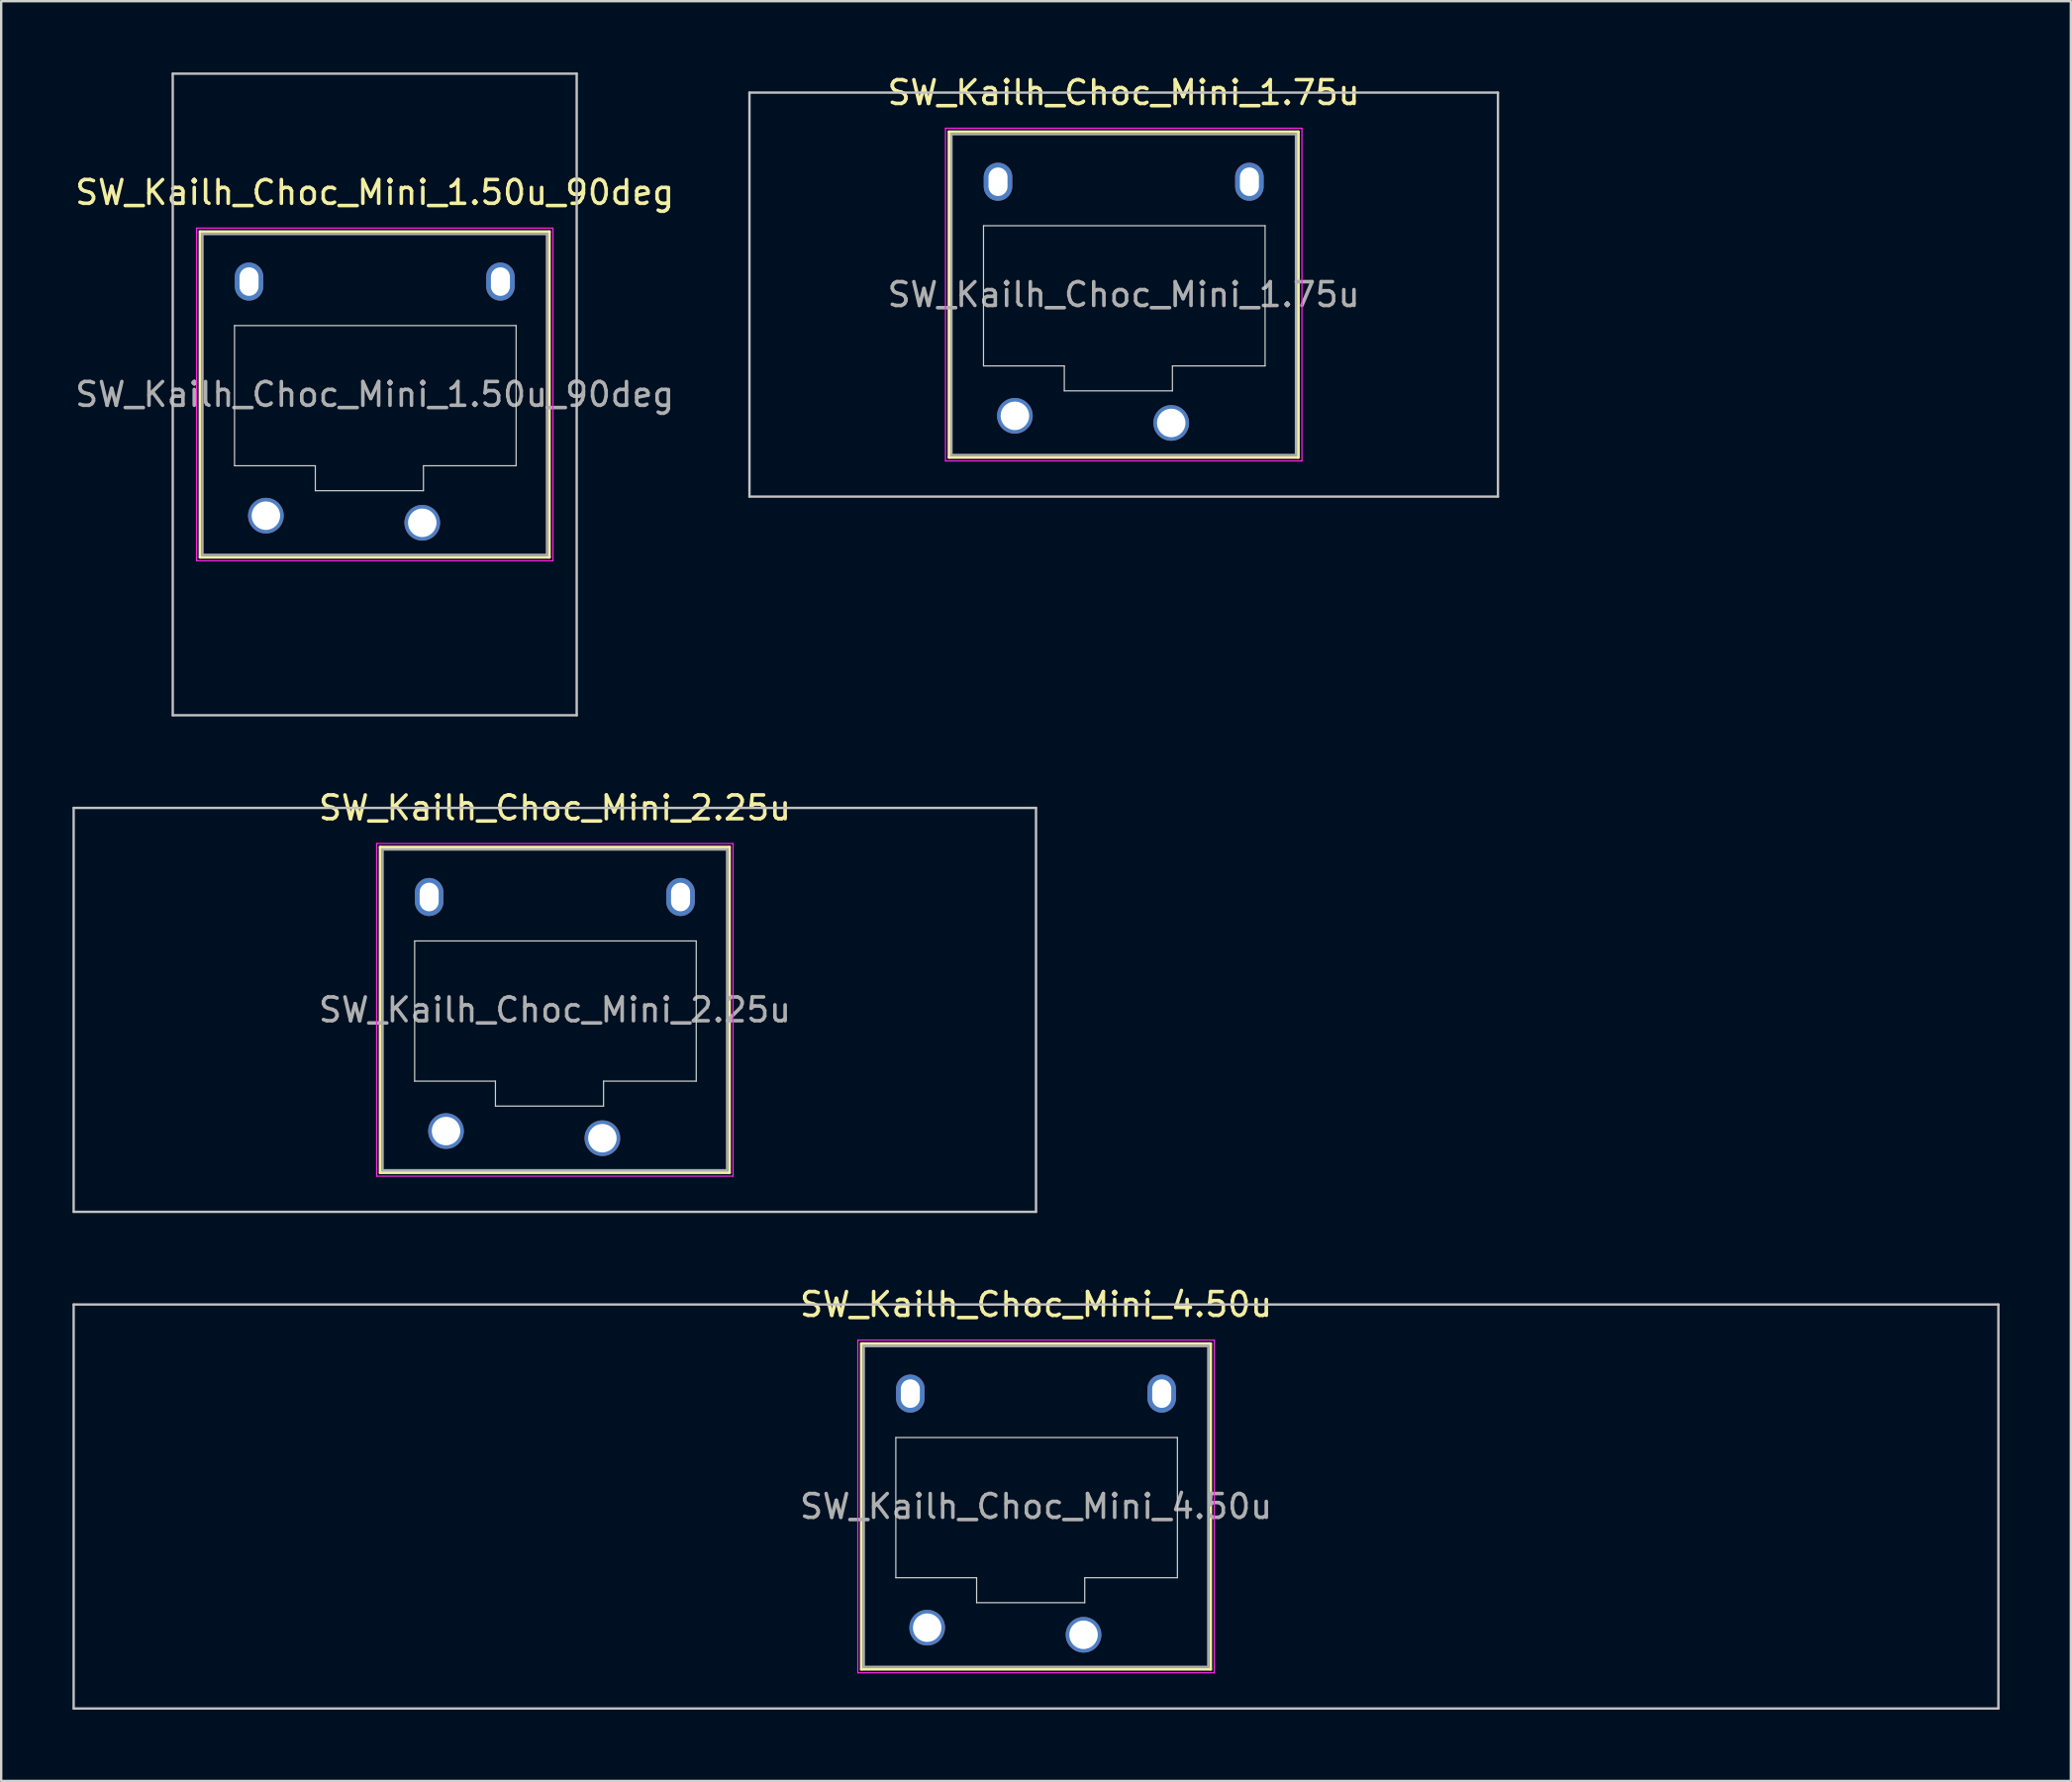
<source format=kicad_pcb>
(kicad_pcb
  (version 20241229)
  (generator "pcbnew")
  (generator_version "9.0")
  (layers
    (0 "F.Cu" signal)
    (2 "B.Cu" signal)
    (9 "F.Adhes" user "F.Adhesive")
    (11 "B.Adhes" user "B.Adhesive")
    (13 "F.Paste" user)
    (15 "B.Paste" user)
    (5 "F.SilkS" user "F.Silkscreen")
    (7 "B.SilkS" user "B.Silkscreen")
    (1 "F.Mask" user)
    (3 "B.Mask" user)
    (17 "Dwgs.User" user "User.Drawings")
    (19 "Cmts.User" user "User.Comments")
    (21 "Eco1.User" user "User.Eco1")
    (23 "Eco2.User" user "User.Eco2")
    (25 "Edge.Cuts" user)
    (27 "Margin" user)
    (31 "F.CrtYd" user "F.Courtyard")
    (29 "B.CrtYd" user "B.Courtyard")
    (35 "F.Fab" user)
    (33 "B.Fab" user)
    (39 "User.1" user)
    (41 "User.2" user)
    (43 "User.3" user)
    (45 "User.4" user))
  (footprint "SW_Kailh_Choc_Mini_1.75u"
    (layer "F.Cu")
    (at 44.24 9.348)
    (property "Reference" "SW_Kailh_Choc_Mini_1.75u" (at 0 -8.5 0) (layer "F.SilkS") (effects (font (size 1 1) (thickness 0.15))))
    (attr through_hole)
    (fp_line (start -7.35 -6.85) (end -7.35 6.85) (stroke (width 0.12) (type solid)) (layer "F.SilkS"))
    (fp_line (start -7.35 6.85) (end 7.35 6.85) (stroke (width 0.12) (type solid)) (layer "F.SilkS"))
    (fp_line (start 7.35 -6.85) (end -7.35 -6.85) (stroke (width 0.12) (type solid)) (layer "F.SilkS"))
    (fp_line (start 7.35 6.85) (end 7.35 -6.85) (stroke (width 0.12) (type solid)) (layer "F.SilkS"))
    (fp_line (start -15.75 -8.5) (end -15.75 8.5) (stroke (width 0.1) (type solid)) (layer "Dwgs.User"))
    (fp_line (start -15.75 8.5) (end 15.75 8.5) (stroke (width 0.1) (type solid)) (layer "Dwgs.User"))
    (fp_line (start 15.75 -8.5) (end -15.75 -8.5) (stroke (width 0.1) (type solid)) (layer "Dwgs.User"))
    (fp_line (start 15.75 8.5) (end 15.75 -8.5) (stroke (width 0.1) (type solid)) (layer "Dwgs.User"))
    (fp_line (start -6.85 -6.35) (end -6.85 6.35) (stroke (width 0.1) (type solid)) (layer "Eco1.User"))
    (fp_line (start -6.85 6.35) (end 6.85 6.35) (stroke (width 0.1) (type solid)) (layer "Eco1.User"))
    (fp_line (start 6.85 -6.35) (end -6.85 -6.35) (stroke (width 0.1) (type solid)) (layer "Eco1.User"))
    (fp_line (start 6.85 6.35) (end 6.85 -6.35) (stroke (width 0.1) (type solid)) (layer "Eco1.User"))
    (fp_line (start -5.9 -2.9) (end -5.9 3) (stroke (width 0.05) (type solid)) (layer "Edge.Cuts"))
    (fp_line (start -5.9 3) (end -2.5 3) (stroke (width 0.05) (type solid)) (layer "Edge.Cuts"))
    (fp_line (start -2.5 3) (end -2.5 4.05) (stroke (width 0.05) (type solid)) (layer "Edge.Cuts"))
    (fp_line (start -2.5 4.05) (end 2.05 4.05) (stroke (width 0.05) (type solid)) (layer "Edge.Cuts"))
    (fp_line (start 2.05 3) (end 5.95 3) (stroke (width 0.05) (type solid)) (layer "Edge.Cuts"))
    (fp_line (start 2.05 4.05) (end 2.05 3) (stroke (width 0.05) (type solid)) (layer "Edge.Cuts"))
    (fp_line (start 5.95 -2.9) (end -5.9 -2.9) (stroke (width 0.05) (type solid)) (layer "Edge.Cuts"))
    (fp_line (start 5.95 3) (end 5.95 -2.9) (stroke (width 0.05) (type solid)) (layer "Edge.Cuts"))
    (fp_line (start -7.5 -7) (end -7.5 7) (stroke (width 0.05) (type solid)) (layer "F.CrtYd"))
    (fp_line (start -7.5 7) (end 7.5 7) (stroke (width 0.05) (type solid)) (layer "F.CrtYd"))
    (fp_line (start 7.5 -7) (end -7.5 -7) (stroke (width 0.05) (type solid)) (layer "F.CrtYd"))
    (fp_line (start 7.5 7) (end 7.5 -7) (stroke (width 0.05) (type solid)) (layer "F.CrtYd"))
    (fp_line (start -7.25 -6.75) (end -7.25 6.75) (stroke (width 0.1) (type solid)) (layer "F.Fab"))
    (fp_line (start -7.25 6.75) (end 7.25 6.75) (stroke (width 0.1) (type solid)) (layer "F.Fab"))
    (fp_line (start 7.25 -6.75) (end -7.25 -6.75) (stroke (width 0.1) (type solid)) (layer "F.Fab"))
    (fp_line (start 7.25 6.75) (end 7.25 -6.75) (stroke (width 0.1) (type solid)) (layer "F.Fab"))
    (fp_text user "${REFERENCE}" (at 0 0 0) (layer "F.Fab") (effects (font (size 1 1) (thickness 0.15))))
    (pad "" np_thru_hole oval (at -5.29 -4.75) (size 1.2 1.6) (drill oval 0.8 1.2) (layers "*.Cu" "*.Mask"))
    (pad "" np_thru_hole oval (at 5.29 -4.75) (size 1.2 1.6) (drill oval 0.8 1.2) (layers "*.Cu" "*.Mask"))
    (pad "1" thru_hole circle (at 2 5.4) (size 1.5 1.5) (drill 1.2) (layers "*.Cu" "*.Mask"))
    (pad "2" thru_hole circle (at -4.58 5.1) (size 1.5 1.5) (drill 1.2) (layers "*.Cu" "*.Mask")))
  (footprint "SW_Kailh_Choc_Mini_2.25u"
    (layer "F.Cu")
    (at 20.3 39.448)
    (property "Reference" "SW_Kailh_Choc_Mini_2.25u" (at 0 -8.5 0) (layer "F.SilkS") (effects (font (size 1 1) (thickness 0.15))))
    (attr through_hole)
    (fp_line (start -7.35 -6.85) (end -7.35 6.85) (stroke (width 0.12) (type solid)) (layer "F.SilkS"))
    (fp_line (start -7.35 6.85) (end 7.35 6.85) (stroke (width 0.12) (type solid)) (layer "F.SilkS"))
    (fp_line (start 7.35 -6.85) (end -7.35 -6.85) (stroke (width 0.12) (type solid)) (layer "F.SilkS"))
    (fp_line (start 7.35 6.85) (end 7.35 -6.85) (stroke (width 0.12) (type solid)) (layer "F.SilkS"))
    (fp_line (start -20.25 -8.5) (end -20.25 8.5) (stroke (width 0.1) (type solid)) (layer "Dwgs.User"))
    (fp_line (start -20.25 8.5) (end 20.25 8.5) (stroke (width 0.1) (type solid)) (layer "Dwgs.User"))
    (fp_line (start 20.25 -8.5) (end -20.25 -8.5) (stroke (width 0.1) (type solid)) (layer "Dwgs.User"))
    (fp_line (start 20.25 8.5) (end 20.25 -8.5) (stroke (width 0.1) (type solid)) (layer "Dwgs.User"))
    (fp_line (start -6.85 -6.35) (end -6.85 6.35) (stroke (width 0.1) (type solid)) (layer "Eco1.User"))
    (fp_line (start -6.85 6.35) (end 6.85 6.35) (stroke (width 0.1) (type solid)) (layer "Eco1.User"))
    (fp_line (start 6.85 -6.35) (end -6.85 -6.35) (stroke (width 0.1) (type solid)) (layer "Eco1.User"))
    (fp_line (start 6.85 6.35) (end 6.85 -6.35) (stroke (width 0.1) (type solid)) (layer "Eco1.User"))
    (fp_line (start -5.9 -2.9) (end -5.9 3) (stroke (width 0.05) (type solid)) (layer "Edge.Cuts"))
    (fp_line (start -5.9 3) (end -2.5 3) (stroke (width 0.05) (type solid)) (layer "Edge.Cuts"))
    (fp_line (start -2.5 3) (end -2.5 4.05) (stroke (width 0.05) (type solid)) (layer "Edge.Cuts"))
    (fp_line (start -2.5 4.05) (end 2.05 4.05) (stroke (width 0.05) (type solid)) (layer "Edge.Cuts"))
    (fp_line (start 2.05 3) (end 5.95 3) (stroke (width 0.05) (type solid)) (layer "Edge.Cuts"))
    (fp_line (start 2.05 4.05) (end 2.05 3) (stroke (width 0.05) (type solid)) (layer "Edge.Cuts"))
    (fp_line (start 5.95 -2.9) (end -5.9 -2.9) (stroke (width 0.05) (type solid)) (layer "Edge.Cuts"))
    (fp_line (start 5.95 3) (end 5.95 -2.9) (stroke (width 0.05) (type solid)) (layer "Edge.Cuts"))
    (fp_line (start -7.5 -7) (end -7.5 7) (stroke (width 0.05) (type solid)) (layer "F.CrtYd"))
    (fp_line (start -7.5 7) (end 7.5 7) (stroke (width 0.05) (type solid)) (layer "F.CrtYd"))
    (fp_line (start 7.5 -7) (end -7.5 -7) (stroke (width 0.05) (type solid)) (layer "F.CrtYd"))
    (fp_line (start 7.5 7) (end 7.5 -7) (stroke (width 0.05) (type solid)) (layer "F.CrtYd"))
    (fp_line (start -7.25 -6.75) (end -7.25 6.75) (stroke (width 0.1) (type solid)) (layer "F.Fab"))
    (fp_line (start -7.25 6.75) (end 7.25 6.75) (stroke (width 0.1) (type solid)) (layer "F.Fab"))
    (fp_line (start 7.25 -6.75) (end -7.25 -6.75) (stroke (width 0.1) (type solid)) (layer "F.Fab"))
    (fp_line (start 7.25 6.75) (end 7.25 -6.75) (stroke (width 0.1) (type solid)) (layer "F.Fab"))
    (fp_text user "${REFERENCE}" (at 0 0 0) (layer "F.Fab") (effects (font (size 1 1) (thickness 0.15))))
    (pad "" np_thru_hole oval (at -5.29 -4.75) (size 1.2 1.6) (drill oval 0.8 1.2) (layers "*.Cu" "*.Mask"))
    (pad "" np_thru_hole oval (at 5.29 -4.75) (size 1.2 1.6) (drill oval 0.8 1.2) (layers "*.Cu" "*.Mask"))
    (pad "1" thru_hole circle (at 2 5.4) (size 1.5 1.5) (drill 1.2) (layers "*.Cu" "*.Mask"))
    (pad "2" thru_hole circle (at -4.58 5.1) (size 1.5 1.5) (drill 1.2) (layers "*.Cu" "*.Mask")))
  (footprint "SW_Kailh_Choc_Mini_4.50u"
    (layer "F.Cu")
    (at 40.55 60.346)
    (property "Reference" "SW_Kailh_Choc_Mini_4.50u" (at 0 -8.5 0) (layer "F.SilkS") (effects (font (size 1 1) (thickness 0.15))))
    (attr through_hole)
    (fp_line (start -7.35 -6.85) (end -7.35 6.85) (stroke (width 0.12) (type solid)) (layer "F.SilkS"))
    (fp_line (start -7.35 6.85) (end 7.35 6.85) (stroke (width 0.12) (type solid)) (layer "F.SilkS"))
    (fp_line (start 7.35 -6.85) (end -7.35 -6.85) (stroke (width 0.12) (type solid)) (layer "F.SilkS"))
    (fp_line (start 7.35 6.85) (end 7.35 -6.85) (stroke (width 0.12) (type solid)) (layer "F.SilkS"))
    (fp_line (start -40.5 -8.5) (end -40.5 8.5) (stroke (width 0.1) (type solid)) (layer "Dwgs.User"))
    (fp_line (start -40.5 8.5) (end 40.5 8.5) (stroke (width 0.1) (type solid)) (layer "Dwgs.User"))
    (fp_line (start 40.5 -8.5) (end -40.5 -8.5) (stroke (width 0.1) (type solid)) (layer "Dwgs.User"))
    (fp_line (start 40.5 8.5) (end 40.5 -8.5) (stroke (width 0.1) (type solid)) (layer "Dwgs.User"))
    (fp_line (start -6.85 -6.35) (end -6.85 6.35) (stroke (width 0.1) (type solid)) (layer "Eco1.User"))
    (fp_line (start -6.85 6.35) (end 6.85 6.35) (stroke (width 0.1) (type solid)) (layer "Eco1.User"))
    (fp_line (start 6.85 -6.35) (end -6.85 -6.35) (stroke (width 0.1) (type solid)) (layer "Eco1.User"))
    (fp_line (start 6.85 6.35) (end 6.85 -6.35) (stroke (width 0.1) (type solid)) (layer "Eco1.User"))
    (fp_line (start -5.9 -2.9) (end -5.9 3) (stroke (width 0.05) (type solid)) (layer "Edge.Cuts"))
    (fp_line (start -5.9 3) (end -2.5 3) (stroke (width 0.05) (type solid)) (layer "Edge.Cuts"))
    (fp_line (start -2.5 3) (end -2.5 4.05) (stroke (width 0.05) (type solid)) (layer "Edge.Cuts"))
    (fp_line (start -2.5 4.05) (end 2.05 4.05) (stroke (width 0.05) (type solid)) (layer "Edge.Cuts"))
    (fp_line (start 2.05 3) (end 5.95 3) (stroke (width 0.05) (type solid)) (layer "Edge.Cuts"))
    (fp_line (start 2.05 4.05) (end 2.05 3) (stroke (width 0.05) (type solid)) (layer "Edge.Cuts"))
    (fp_line (start 5.95 -2.9) (end -5.9 -2.9) (stroke (width 0.05) (type solid)) (layer "Edge.Cuts"))
    (fp_line (start 5.95 3) (end 5.95 -2.9) (stroke (width 0.05) (type solid)) (layer "Edge.Cuts"))
    (fp_line (start -7.5 -7) (end -7.5 7) (stroke (width 0.05) (type solid)) (layer "F.CrtYd"))
    (fp_line (start -7.5 7) (end 7.5 7) (stroke (width 0.05) (type solid)) (layer "F.CrtYd"))
    (fp_line (start 7.5 -7) (end -7.5 -7) (stroke (width 0.05) (type solid)) (layer "F.CrtYd"))
    (fp_line (start 7.5 7) (end 7.5 -7) (stroke (width 0.05) (type solid)) (layer "F.CrtYd"))
    (fp_line (start -7.25 -6.75) (end -7.25 6.75) (stroke (width 0.1) (type solid)) (layer "F.Fab"))
    (fp_line (start -7.25 6.75) (end 7.25 6.75) (stroke (width 0.1) (type solid)) (layer "F.Fab"))
    (fp_line (start 7.25 -6.75) (end -7.25 -6.75) (stroke (width 0.1) (type solid)) (layer "F.Fab"))
    (fp_line (start 7.25 6.75) (end 7.25 -6.75) (stroke (width 0.1) (type solid)) (layer "F.Fab"))
    (fp_text user "${REFERENCE}" (at 0 0 0) (layer "F.Fab") (effects (font (size 1 1) (thickness 0.15))))
    (pad "" np_thru_hole oval (at -5.29 -4.75) (size 1.2 1.6) (drill oval 0.8 1.2) (layers "*.Cu" "*.Mask"))
    (pad "" np_thru_hole oval (at 5.29 -4.75) (size 1.2 1.6) (drill oval 0.8 1.2) (layers "*.Cu" "*.Mask"))
    (pad "1" thru_hole circle (at 2 5.4) (size 1.5 1.5) (drill 1.2) (layers "*.Cu" "*.Mask"))
    (pad "2" thru_hole circle (at -4.58 5.1) (size 1.5 1.5) (drill 1.2) (layers "*.Cu" "*.Mask")))
  (footprint "SW_Kailh_Choc_Mini_1.50u_90deg"
    (layer "F.Cu")
    (at 12.72 13.55)
    (property "Reference" "SW_Kailh_Choc_Mini_1.50u_90deg" (at 0 -8.5 0) (layer "F.SilkS") (effects (font (size 1 1) (thickness 0.15))))
    (attr through_hole)
    (fp_line (start -7.35 -6.85) (end -7.35 6.85) (stroke (width 0.12) (type solid)) (layer "F.SilkS"))
    (fp_line (start -7.35 6.85) (end 7.35 6.85) (stroke (width 0.12) (type solid)) (layer "F.SilkS"))
    (fp_line (start 7.35 -6.85) (end -7.35 -6.85) (stroke (width 0.12) (type solid)) (layer "F.SilkS"))
    (fp_line (start 7.35 6.85) (end 7.35 -6.85) (stroke (width 0.12) (type solid)) (layer "F.SilkS"))
    (fp_line (start -8.5 -13.5) (end 8.5 -13.5) (stroke (width 0.1) (type solid)) (layer "Dwgs.User"))
    (fp_line (start -8.5 13.5) (end -8.5 -13.5) (stroke (width 0.1) (type solid)) (layer "Dwgs.User"))
    (fp_line (start 8.5 -13.5) (end 8.5 13.5) (stroke (width 0.1) (type solid)) (layer "Dwgs.User"))
    (fp_line (start 8.5 13.5) (end -8.5 13.5) (stroke (width 0.1) (type solid)) (layer "Dwgs.User"))
    (fp_line (start -6.85 -6.35) (end -6.85 6.35) (stroke (width 0.1) (type solid)) (layer "Eco1.User"))
    (fp_line (start -6.85 6.35) (end 6.85 6.35) (stroke (width 0.1) (type solid)) (layer "Eco1.User"))
    (fp_line (start 6.85 -6.35) (end -6.85 -6.35) (stroke (width 0.1) (type solid)) (layer "Eco1.User"))
    (fp_line (start 6.85 6.35) (end 6.85 -6.35) (stroke (width 0.1) (type solid)) (layer "Eco1.User"))
    (fp_line (start -5.9 -2.9) (end -5.9 3) (stroke (width 0.05) (type solid)) (layer "Edge.Cuts"))
    (fp_line (start -5.9 3) (end -2.5 3) (stroke (width 0.05) (type solid)) (layer "Edge.Cuts"))
    (fp_line (start -2.5 3) (end -2.5 4.05) (stroke (width 0.05) (type solid)) (layer "Edge.Cuts"))
    (fp_line (start -2.5 4.05) (end 2.05 4.05) (stroke (width 0.05) (type solid)) (layer "Edge.Cuts"))
    (fp_line (start 2.05 3) (end 5.95 3) (stroke (width 0.05) (type solid)) (layer "Edge.Cuts"))
    (fp_line (start 2.05 4.05) (end 2.05 3) (stroke (width 0.05) (type solid)) (layer "Edge.Cuts"))
    (fp_line (start 5.95 -2.9) (end -5.9 -2.9) (stroke (width 0.05) (type solid)) (layer "Edge.Cuts"))
    (fp_line (start 5.95 3) (end 5.95 -2.9) (stroke (width 0.05) (type solid)) (layer "Edge.Cuts"))
    (fp_line (start -7.5 -7) (end -7.5 7) (stroke (width 0.05) (type solid)) (layer "F.CrtYd"))
    (fp_line (start -7.5 7) (end 7.5 7) (stroke (width 0.05) (type solid)) (layer "F.CrtYd"))
    (fp_line (start 7.5 -7) (end -7.5 -7) (stroke (width 0.05) (type solid)) (layer "F.CrtYd"))
    (fp_line (start 7.5 7) (end 7.5 -7) (stroke (width 0.05) (type solid)) (layer "F.CrtYd"))
    (fp_line (start -7.25 -6.75) (end -7.25 6.75) (stroke (width 0.1) (type solid)) (layer "F.Fab"))
    (fp_line (start -7.25 6.75) (end 7.25 6.75) (stroke (width 0.1) (type solid)) (layer "F.Fab"))
    (fp_line (start 7.25 -6.75) (end -7.25 -6.75) (stroke (width 0.1) (type solid)) (layer "F.Fab"))
    (fp_line (start 7.25 6.75) (end 7.25 -6.75) (stroke (width 0.1) (type solid)) (layer "F.Fab"))
    (fp_text user "${REFERENCE}" (at 0 0 0) (layer "F.Fab") (effects (font (size 1 1) (thickness 0.15))))
    (pad "" np_thru_hole oval (at -5.29 -4.75) (size 1.2 1.6) (drill oval 0.8 1.2) (layers "*.Cu" "*.Mask"))
    (pad "" np_thru_hole oval (at 5.29 -4.75) (size 1.2 1.6) (drill oval 0.8 1.2) (layers "*.Cu" "*.Mask"))
    (pad "1" thru_hole circle (at 2 5.4) (size 1.5 1.5) (drill 1.2) (layers "*.Cu" "*.Mask"))
    (pad "2" thru_hole circle (at -4.58 5.1) (size 1.5 1.5) (drill 1.2) (layers "*.Cu" "*.Mask")))
  (gr_rect
    (start -3 -3)
    (end 84.1 71.897)
    (stroke (width 0.1) (type default))
    (fill no)
    (layer "Edge.Cuts")))
</source>
